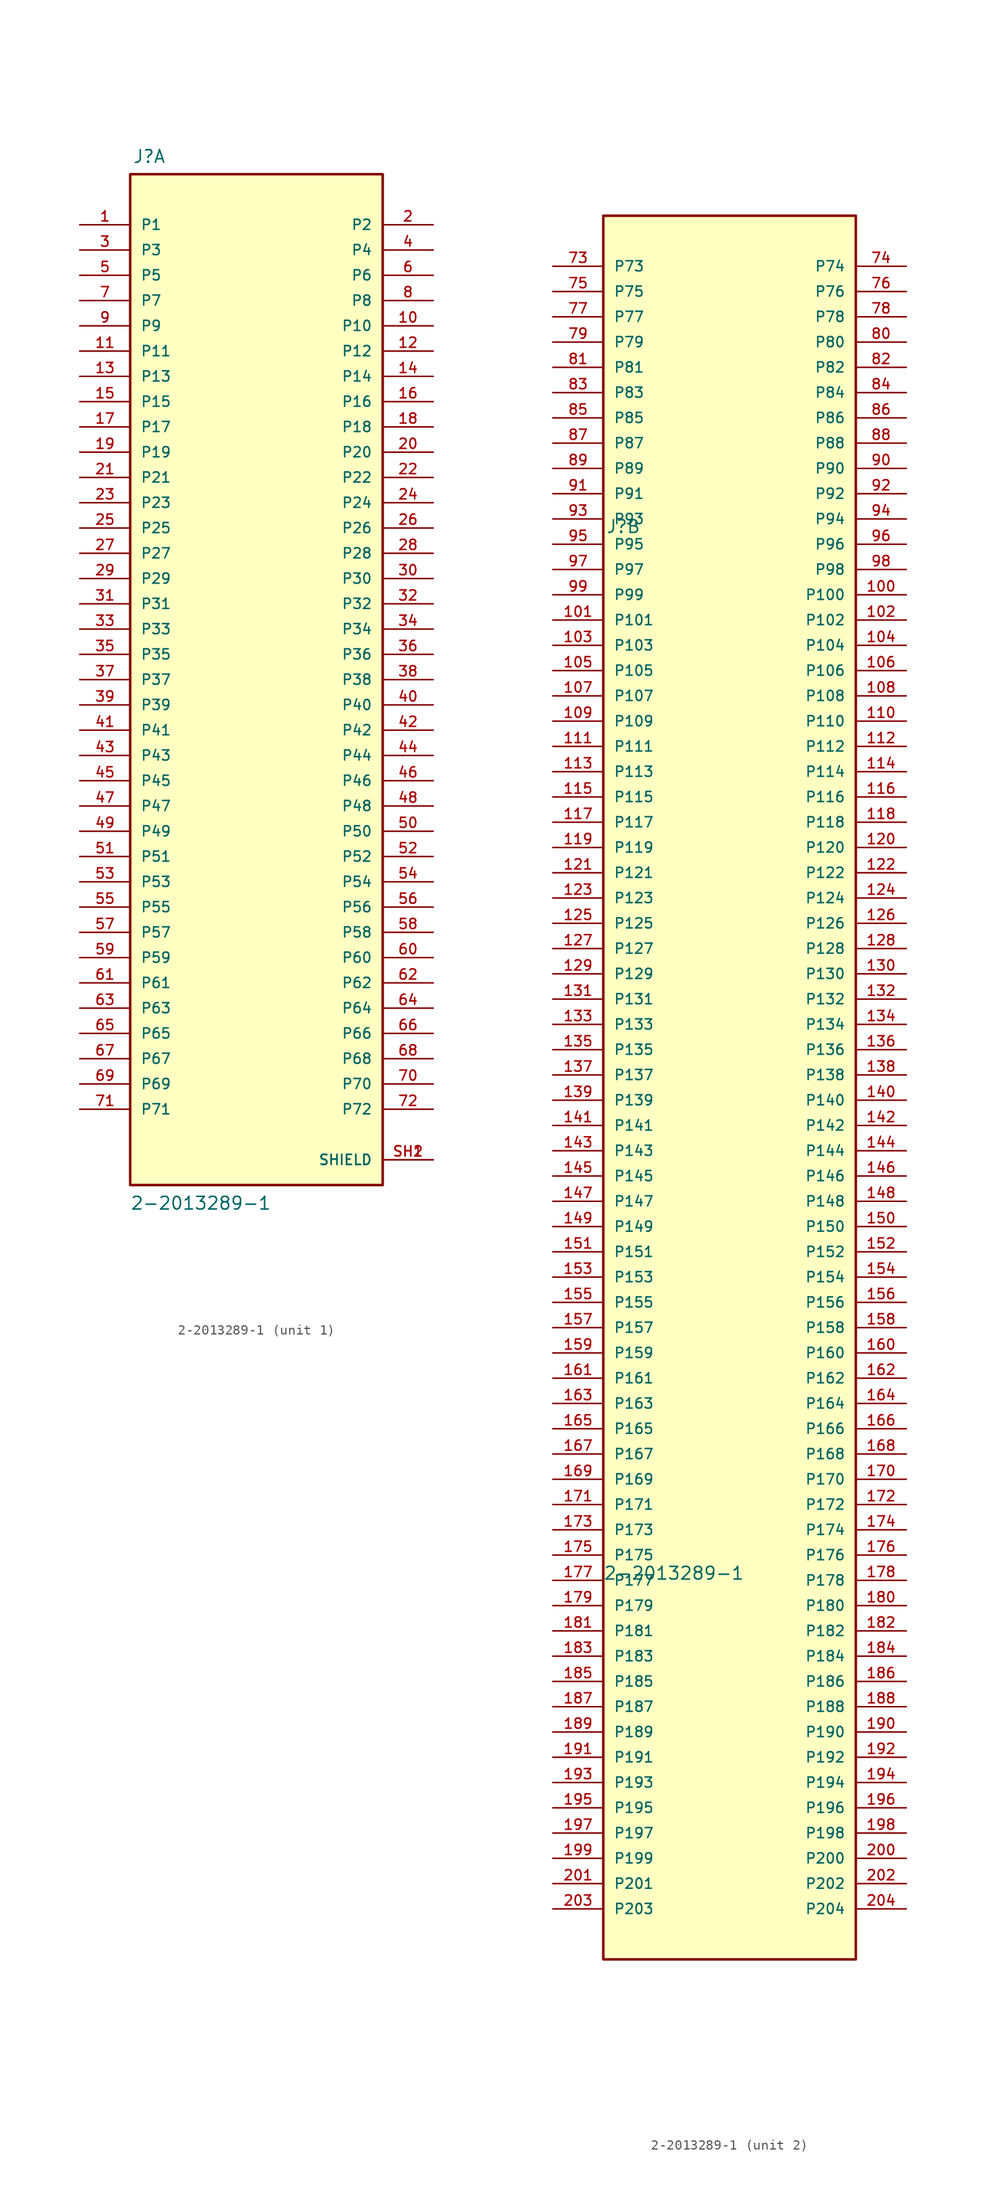
<source format=kicad_sym>
(kicad_symbol_lib
  (version 20211014)
  (generator kicad_symbol_editor)
  (symbol "2-2013289-1"
    (pin_names
      (offset 1.016))
    (property "Reference" "J"
      (at -12.45 51.831 0)
      (effects (font (size 1.27 1.27)) (justify bottom left)))
    (property "Value" "2-2013289-1"
      (at -12.707 -53.37 0)
      (effects (font (size 1.27 1.27)) (justify bottom left)))
    (symbol "2-2013289-1_1_0"
      (rectangle (start -12.7 -50.8) (end 12.7 50.8) (stroke (width 0.254)) (fill (type background)))
      (pin passive line (at -17.78 45.72 0) (length 5.08) (name "P1" (effects (font (size 1.016 1.016)))) (number "1" (effects (font (size 1.016 1.016)))))
      (pin passive line (at 17.78 45.72 180.0) (length 5.08) (name "P2" (effects (font (size 1.016 1.016)))) (number "2" (effects (font (size 1.016 1.016)))))
      (pin passive line (at -17.78 43.18 0) (length 5.08) (name "P3" (effects (font (size 1.016 1.016)))) (number "3" (effects (font (size 1.016 1.016)))))
      (pin passive line (at 17.78 43.18 180.0) (length 5.08) (name "P4" (effects (font (size 1.016 1.016)))) (number "4" (effects (font (size 1.016 1.016)))))
      (pin passive line (at -17.78 40.64 0) (length 5.08) (name "P5" (effects (font (size 1.016 1.016)))) (number "5" (effects (font (size 1.016 1.016)))))
      (pin passive line (at 17.78 40.64 180.0) (length 5.08) (name "P6" (effects (font (size 1.016 1.016)))) (number "6" (effects (font (size 1.016 1.016)))))
      (pin passive line (at -17.78 38.1 0) (length 5.08) (name "P7" (effects (font (size 1.016 1.016)))) (number "7" (effects (font (size 1.016 1.016)))))
      (pin passive line (at 17.78 38.1 180.0) (length 5.08) (name "P8" (effects (font (size 1.016 1.016)))) (number "8" (effects (font (size 1.016 1.016)))))
      (pin passive line (at -17.78 35.56 0) (length 5.08) (name "P9" (effects (font (size 1.016 1.016)))) (number "9" (effects (font (size 1.016 1.016)))))
      (pin passive line (at 17.78 35.56 180.0) (length 5.08) (name "P10" (effects (font (size 1.016 1.016)))) (number "10" (effects (font (size 1.016 1.016)))))
      (pin passive line (at -17.78 33.02 0) (length 5.08) (name "P11" (effects (font (size 1.016 1.016)))) (number "11" (effects (font (size 1.016 1.016)))))
      (pin passive line (at 17.78 33.02 180.0) (length 5.08) (name "P12" (effects (font (size 1.016 1.016)))) (number "12" (effects (font (size 1.016 1.016)))))
      (pin passive line (at -17.78 30.48 0) (length 5.08) (name "P13" (effects (font (size 1.016 1.016)))) (number "13" (effects (font (size 1.016 1.016)))))
      (pin passive line (at 17.78 30.48 180.0) (length 5.08) (name "P14" (effects (font (size 1.016 1.016)))) (number "14" (effects (font (size 1.016 1.016)))))
      (pin passive line (at -17.78 27.94 0) (length 5.08) (name "P15" (effects (font (size 1.016 1.016)))) (number "15" (effects (font (size 1.016 1.016)))))
      (pin passive line (at 17.78 27.94 180.0) (length 5.08) (name "P16" (effects (font (size 1.016 1.016)))) (number "16" (effects (font (size 1.016 1.016)))))
      (pin passive line (at -17.78 25.4 0) (length 5.08) (name "P17" (effects (font (size 1.016 1.016)))) (number "17" (effects (font (size 1.016 1.016)))))
      (pin passive line (at 17.78 25.4 180.0) (length 5.08) (name "P18" (effects (font (size 1.016 1.016)))) (number "18" (effects (font (size 1.016 1.016)))))
      (pin passive line (at -17.78 22.86 0) (length 5.08) (name "P19" (effects (font (size 1.016 1.016)))) (number "19" (effects (font (size 1.016 1.016)))))
      (pin passive line (at 17.78 22.86 180.0) (length 5.08) (name "P20" (effects (font (size 1.016 1.016)))) (number "20" (effects (font (size 1.016 1.016)))))
      (pin passive line (at -17.78 20.32 0) (length 5.08) (name "P21" (effects (font (size 1.016 1.016)))) (number "21" (effects (font (size 1.016 1.016)))))
      (pin passive line (at 17.78 20.32 180.0) (length 5.08) (name "P22" (effects (font (size 1.016 1.016)))) (number "22" (effects (font (size 1.016 1.016)))))
      (pin passive line (at -17.78 17.78 0) (length 5.08) (name "P23" (effects (font (size 1.016 1.016)))) (number "23" (effects (font (size 1.016 1.016)))))
      (pin passive line (at 17.78 17.78 180.0) (length 5.08) (name "P24" (effects (font (size 1.016 1.016)))) (number "24" (effects (font (size 1.016 1.016)))))
      (pin passive line (at -17.78 15.24 0) (length 5.08) (name "P25" (effects (font (size 1.016 1.016)))) (number "25" (effects (font (size 1.016 1.016)))))
      (pin passive line (at 17.78 15.24 180.0) (length 5.08) (name "P26" (effects (font (size 1.016 1.016)))) (number "26" (effects (font (size 1.016 1.016)))))
      (pin passive line (at -17.78 12.7 0) (length 5.08) (name "P27" (effects (font (size 1.016 1.016)))) (number "27" (effects (font (size 1.016 1.016)))))
      (pin passive line (at 17.78 12.7 180.0) (length 5.08) (name "P28" (effects (font (size 1.016 1.016)))) (number "28" (effects (font (size 1.016 1.016)))))
      (pin passive line (at -17.78 10.16 0) (length 5.08) (name "P29" (effects (font (size 1.016 1.016)))) (number "29" (effects (font (size 1.016 1.016)))))
      (pin passive line (at 17.78 10.16 180.0) (length 5.08) (name "P30" (effects (font (size 1.016 1.016)))) (number "30" (effects (font (size 1.016 1.016)))))
      (pin passive line (at -17.78 7.62 0) (length 5.08) (name "P31" (effects (font (size 1.016 1.016)))) (number "31" (effects (font (size 1.016 1.016)))))
      (pin passive line (at 17.78 7.62 180.0) (length 5.08) (name "P32" (effects (font (size 1.016 1.016)))) (number "32" (effects (font (size 1.016 1.016)))))
      (pin passive line (at -17.78 5.08 0) (length 5.08) (name "P33" (effects (font (size 1.016 1.016)))) (number "33" (effects (font (size 1.016 1.016)))))
      (pin passive line (at 17.78 5.08 180.0) (length 5.08) (name "P34" (effects (font (size 1.016 1.016)))) (number "34" (effects (font (size 1.016 1.016)))))
      (pin passive line (at -17.78 2.54 0) (length 5.08) (name "P35" (effects (font (size 1.016 1.016)))) (number "35" (effects (font (size 1.016 1.016)))))
      (pin passive line (at 17.78 2.54 180.0) (length 5.08) (name "P36" (effects (font (size 1.016 1.016)))) (number "36" (effects (font (size 1.016 1.016)))))
      (pin passive line (at -17.78 0.0 0) (length 5.08) (name "P37" (effects (font (size 1.016 1.016)))) (number "37" (effects (font (size 1.016 1.016)))))
      (pin passive line (at 17.78 0.0 180.0) (length 5.08) (name "P38" (effects (font (size 1.016 1.016)))) (number "38" (effects (font (size 1.016 1.016)))))
      (pin passive line (at -17.78 -2.54 0) (length 5.08) (name "P39" (effects (font (size 1.016 1.016)))) (number "39" (effects (font (size 1.016 1.016)))))
      (pin passive line (at 17.78 -2.54 180.0) (length 5.08) (name "P40" (effects (font (size 1.016 1.016)))) (number "40" (effects (font (size 1.016 1.016)))))
      (pin passive line (at -17.78 -5.08 0) (length 5.08) (name "P41" (effects (font (size 1.016 1.016)))) (number "41" (effects (font (size 1.016 1.016)))))
      (pin passive line (at 17.78 -5.08 180.0) (length 5.08) (name "P42" (effects (font (size 1.016 1.016)))) (number "42" (effects (font (size 1.016 1.016)))))
      (pin passive line (at -17.78 -7.62 0) (length 5.08) (name "P43" (effects (font (size 1.016 1.016)))) (number "43" (effects (font (size 1.016 1.016)))))
      (pin passive line (at 17.78 -7.62 180.0) (length 5.08) (name "P44" (effects (font (size 1.016 1.016)))) (number "44" (effects (font (size 1.016 1.016)))))
      (pin passive line (at -17.78 -10.16 0) (length 5.08) (name "P45" (effects (font (size 1.016 1.016)))) (number "45" (effects (font (size 1.016 1.016)))))
      (pin passive line (at 17.78 -10.16 180.0) (length 5.08) (name "P46" (effects (font (size 1.016 1.016)))) (number "46" (effects (font (size 1.016 1.016)))))
      (pin passive line (at -17.78 -12.7 0) (length 5.08) (name "P47" (effects (font (size 1.016 1.016)))) (number "47" (effects (font (size 1.016 1.016)))))
      (pin passive line (at 17.78 -12.7 180.0) (length 5.08) (name "P48" (effects (font (size 1.016 1.016)))) (number "48" (effects (font (size 1.016 1.016)))))
      (pin passive line (at -17.78 -15.24 0) (length 5.08) (name "P49" (effects (font (size 1.016 1.016)))) (number "49" (effects (font (size 1.016 1.016)))))
      (pin passive line (at 17.78 -15.24 180.0) (length 5.08) (name "P50" (effects (font (size 1.016 1.016)))) (number "50" (effects (font (size 1.016 1.016)))))
      (pin passive line (at -17.78 -17.78 0) (length 5.08) (name "P51" (effects (font (size 1.016 1.016)))) (number "51" (effects (font (size 1.016 1.016)))))
      (pin passive line (at 17.78 -17.78 180.0) (length 5.08) (name "P52" (effects (font (size 1.016 1.016)))) (number "52" (effects (font (size 1.016 1.016)))))
      (pin passive line (at -17.78 -20.32 0) (length 5.08) (name "P53" (effects (font (size 1.016 1.016)))) (number "53" (effects (font (size 1.016 1.016)))))
      (pin passive line (at 17.78 -20.32 180.0) (length 5.08) (name "P54" (effects (font (size 1.016 1.016)))) (number "54" (effects (font (size 1.016 1.016)))))
      (pin passive line (at -17.78 -22.86 0) (length 5.08) (name "P55" (effects (font (size 1.016 1.016)))) (number "55" (effects (font (size 1.016 1.016)))))
      (pin passive line (at 17.78 -22.86 180.0) (length 5.08) (name "P56" (effects (font (size 1.016 1.016)))) (number "56" (effects (font (size 1.016 1.016)))))
      (pin passive line (at -17.78 -25.4 0) (length 5.08) (name "P57" (effects (font (size 1.016 1.016)))) (number "57" (effects (font (size 1.016 1.016)))))
      (pin passive line (at 17.78 -25.4 180.0) (length 5.08) (name "P58" (effects (font (size 1.016 1.016)))) (number "58" (effects (font (size 1.016 1.016)))))
      (pin passive line (at -17.78 -27.94 0) (length 5.08) (name "P59" (effects (font (size 1.016 1.016)))) (number "59" (effects (font (size 1.016 1.016)))))
      (pin passive line (at 17.78 -27.94 180.0) (length 5.08) (name "P60" (effects (font (size 1.016 1.016)))) (number "60" (effects (font (size 1.016 1.016)))))
      (pin passive line (at -17.78 -30.48 0) (length 5.08) (name "P61" (effects (font (size 1.016 1.016)))) (number "61" (effects (font (size 1.016 1.016)))))
      (pin passive line (at 17.78 -30.48 180.0) (length 5.08) (name "P62" (effects (font (size 1.016 1.016)))) (number "62" (effects (font (size 1.016 1.016)))))
      (pin passive line (at -17.78 -33.02 0) (length 5.08) (name "P63" (effects (font (size 1.016 1.016)))) (number "63" (effects (font (size 1.016 1.016)))))
      (pin passive line (at 17.78 -33.02 180.0) (length 5.08) (name "P64" (effects (font (size 1.016 1.016)))) (number "64" (effects (font (size 1.016 1.016)))))
      (pin passive line (at -17.78 -35.56 0) (length 5.08) (name "P65" (effects (font (size 1.016 1.016)))) (number "65" (effects (font (size 1.016 1.016)))))
      (pin passive line (at 17.78 -35.56 180.0) (length 5.08) (name "P66" (effects (font (size 1.016 1.016)))) (number "66" (effects (font (size 1.016 1.016)))))
      (pin passive line (at -17.78 -38.1 0) (length 5.08) (name "P67" (effects (font (size 1.016 1.016)))) (number "67" (effects (font (size 1.016 1.016)))))
      (pin passive line (at 17.78 -38.1 180.0) (length 5.08) (name "P68" (effects (font (size 1.016 1.016)))) (number "68" (effects (font (size 1.016 1.016)))))
      (pin passive line (at -17.78 -40.64 0) (length 5.08) (name "P69" (effects (font (size 1.016 1.016)))) (number "69" (effects (font (size 1.016 1.016)))))
      (pin passive line (at 17.78 -40.64 180.0) (length 5.08) (name "P70" (effects (font (size 1.016 1.016)))) (number "70" (effects (font (size 1.016 1.016)))))
      (pin passive line (at -17.78 -43.18 0) (length 5.08) (name "P71" (effects (font (size 1.016 1.016)))) (number "71" (effects (font (size 1.016 1.016)))))
      (pin passive line (at 17.78 -43.18 180.0) (length 5.08) (name "P72" (effects (font (size 1.016 1.016)))) (number "72" (effects (font (size 1.016 1.016)))))
      (pin passive line (at 17.78 -48.26 180.0) (length 5.08) (name "SHIELD" (effects (font (size 1.016 1.016)))) (number "SH1" (effects (font (size 1.016 1.016)))))
      (pin passive line (at 17.78 -48.26 180.0) (length 5.08) (name "SHIELD" (effects (font (size 1.016 1.016)))) (number "SH2" (effects (font (size 1.016 1.016))))))
    (symbol "2-2013289-1_2_0"
      (rectangle (start -12.7 -91.44) (end 12.7 83.82) (stroke (width 0.254)) (fill (type background)))
      (pin passive line (at -17.78 78.74 0) (length 5.08) (name "P73" (effects (font (size 1.016 1.016)))) (number "73" (effects (font (size 1.016 1.016)))))
      (pin passive line (at -17.78 76.2 0) (length 5.08) (name "P75" (effects (font (size 1.016 1.016)))) (number "75" (effects (font (size 1.016 1.016)))))
      (pin passive line (at -17.78 73.66 0) (length 5.08) (name "P77" (effects (font (size 1.016 1.016)))) (number "77" (effects (font (size 1.016 1.016)))))
      (pin passive line (at -17.78 71.12 0) (length 5.08) (name "P79" (effects (font (size 1.016 1.016)))) (number "79" (effects (font (size 1.016 1.016)))))
      (pin passive line (at -17.78 68.58 0) (length 5.08) (name "P81" (effects (font (size 1.016 1.016)))) (number "81" (effects (font (size 1.016 1.016)))))
      (pin passive line (at -17.78 66.04 0) (length 5.08) (name "P83" (effects (font (size 1.016 1.016)))) (number "83" (effects (font (size 1.016 1.016)))))
      (pin passive line (at -17.78 63.5 0) (length 5.08) (name "P85" (effects (font (size 1.016 1.016)))) (number "85" (effects (font (size 1.016 1.016)))))
      (pin passive line (at -17.78 60.96 0) (length 5.08) (name "P87" (effects (font (size 1.016 1.016)))) (number "87" (effects (font (size 1.016 1.016)))))
      (pin passive line (at -17.78 58.42 0) (length 5.08) (name "P89" (effects (font (size 1.016 1.016)))) (number "89" (effects (font (size 1.016 1.016)))))
      (pin passive line (at -17.78 55.88 0) (length 5.08) (name "P91" (effects (font (size 1.016 1.016)))) (number "91" (effects (font (size 1.016 1.016)))))
      (pin passive line (at -17.78 53.34 0) (length 5.08) (name "P93" (effects (font (size 1.016 1.016)))) (number "93" (effects (font (size 1.016 1.016)))))
      (pin passive line (at -17.78 50.8 0) (length 5.08) (name "P95" (effects (font (size 1.016 1.016)))) (number "95" (effects (font (size 1.016 1.016)))))
      (pin passive line (at -17.78 48.26 0) (length 5.08) (name "P97" (effects (font (size 1.016 1.016)))) (number "97" (effects (font (size 1.016 1.016)))))
      (pin passive line (at -17.78 45.72 0) (length 5.08) (name "P99" (effects (font (size 1.016 1.016)))) (number "99" (effects (font (size 1.016 1.016)))))
      (pin passive line (at -17.78 43.18 0) (length 5.08) (name "P101" (effects (font (size 1.016 1.016)))) (number "101" (effects (font (size 1.016 1.016)))))
      (pin passive line (at -17.78 40.64 0) (length 5.08) (name "P103" (effects (font (size 1.016 1.016)))) (number "103" (effects (font (size 1.016 1.016)))))
      (pin passive line (at -17.78 38.1 0) (length 5.08) (name "P105" (effects (font (size 1.016 1.016)))) (number "105" (effects (font (size 1.016 1.016)))))
      (pin passive line (at -17.78 35.56 0) (length 5.08) (name "P107" (effects (font (size 1.016 1.016)))) (number "107" (effects (font (size 1.016 1.016)))))
      (pin passive line (at -17.78 33.02 0) (length 5.08) (name "P109" (effects (font (size 1.016 1.016)))) (number "109" (effects (font (size 1.016 1.016)))))
      (pin passive line (at -17.78 30.48 0) (length 5.08) (name "P111" (effects (font (size 1.016 1.016)))) (number "111" (effects (font (size 1.016 1.016)))))
      (pin passive line (at -17.78 27.94 0) (length 5.08) (name "P113" (effects (font (size 1.016 1.016)))) (number "113" (effects (font (size 1.016 1.016)))))
      (pin passive line (at -17.78 25.4 0) (length 5.08) (name "P115" (effects (font (size 1.016 1.016)))) (number "115" (effects (font (size 1.016 1.016)))))
      (pin passive line (at -17.78 22.86 0) (length 5.08) (name "P117" (effects (font (size 1.016 1.016)))) (number "117" (effects (font (size 1.016 1.016)))))
      (pin passive line (at -17.78 20.32 0) (length 5.08) (name "P119" (effects (font (size 1.016 1.016)))) (number "119" (effects (font (size 1.016 1.016)))))
      (pin passive line (at -17.78 17.78 0) (length 5.08) (name "P121" (effects (font (size 1.016 1.016)))) (number "121" (effects (font (size 1.016 1.016)))))
      (pin passive line (at -17.78 15.24 0) (length 5.08) (name "P123" (effects (font (size 1.016 1.016)))) (number "123" (effects (font (size 1.016 1.016)))))
      (pin passive line (at -17.78 12.7 0) (length 5.08) (name "P125" (effects (font (size 1.016 1.016)))) (number "125" (effects (font (size 1.016 1.016)))))
      (pin passive line (at -17.78 10.16 0) (length 5.08) (name "P127" (effects (font (size 1.016 1.016)))) (number "127" (effects (font (size 1.016 1.016)))))
      (pin passive line (at -17.78 7.62 0) (length 5.08) (name "P129" (effects (font (size 1.016 1.016)))) (number "129" (effects (font (size 1.016 1.016)))))
      (pin passive line (at -17.78 5.08 0) (length 5.08) (name "P131" (effects (font (size 1.016 1.016)))) (number "131" (effects (font (size 1.016 1.016)))))
      (pin passive line (at -17.78 2.54 0) (length 5.08) (name "P133" (effects (font (size 1.016 1.016)))) (number "133" (effects (font (size 1.016 1.016)))))
      (pin passive line (at -17.78 0.0 0) (length 5.08) (name "P135" (effects (font (size 1.016 1.016)))) (number "135" (effects (font (size 1.016 1.016)))))
      (pin passive line (at -17.78 -2.54 0) (length 5.08) (name "P137" (effects (font (size 1.016 1.016)))) (number "137" (effects (font (size 1.016 1.016)))))
      (pin passive line (at -17.78 -5.08 0) (length 5.08) (name "P139" (effects (font (size 1.016 1.016)))) (number "139" (effects (font (size 1.016 1.016)))))
      (pin passive line (at -17.78 -7.62 0) (length 5.08) (name "P141" (effects (font (size 1.016 1.016)))) (number "141" (effects (font (size 1.016 1.016)))))
      (pin passive line (at -17.78 -10.16 0) (length 5.08) (name "P143" (effects (font (size 1.016 1.016)))) (number "143" (effects (font (size 1.016 1.016)))))
      (pin passive line (at -17.78 -12.7 0) (length 5.08) (name "P145" (effects (font (size 1.016 1.016)))) (number "145" (effects (font (size 1.016 1.016)))))
      (pin passive line (at -17.78 -15.24 0) (length 5.08) (name "P147" (effects (font (size 1.016 1.016)))) (number "147" (effects (font (size 1.016 1.016)))))
      (pin passive line (at -17.78 -17.78 0) (length 5.08) (name "P149" (effects (font (size 1.016 1.016)))) (number "149" (effects (font (size 1.016 1.016)))))
      (pin passive line (at -17.78 -20.32 0) (length 5.08) (name "P151" (effects (font (size 1.016 1.016)))) (number "151" (effects (font (size 1.016 1.016)))))
      (pin passive line (at -17.78 -22.86 0) (length 5.08) (name "P153" (effects (font (size 1.016 1.016)))) (number "153" (effects (font (size 1.016 1.016)))))
      (pin passive line (at -17.78 -25.4 0) (length 5.08) (name "P155" (effects (font (size 1.016 1.016)))) (number "155" (effects (font (size 1.016 1.016)))))
      (pin passive line (at -17.78 -27.94 0) (length 5.08) (name "P157" (effects (font (size 1.016 1.016)))) (number "157" (effects (font (size 1.016 1.016)))))
      (pin passive line (at -17.78 -30.48 0) (length 5.08) (name "P159" (effects (font (size 1.016 1.016)))) (number "159" (effects (font (size 1.016 1.016)))))
      (pin passive line (at -17.78 -33.02 0) (length 5.08) (name "P161" (effects (font (size 1.016 1.016)))) (number "161" (effects (font (size 1.016 1.016)))))
      (pin passive line (at -17.78 -35.56 0) (length 5.08) (name "P163" (effects (font (size 1.016 1.016)))) (number "163" (effects (font (size 1.016 1.016)))))
      (pin passive line (at -17.78 -38.1 0) (length 5.08) (name "P165" (effects (font (size 1.016 1.016)))) (number "165" (effects (font (size 1.016 1.016)))))
      (pin passive line (at -17.78 -40.64 0) (length 5.08) (name "P167" (effects (font (size 1.016 1.016)))) (number "167" (effects (font (size 1.016 1.016)))))
      (pin passive line (at -17.78 -43.18 0) (length 5.08) (name "P169" (effects (font (size 1.016 1.016)))) (number "169" (effects (font (size 1.016 1.016)))))
      (pin passive line (at -17.78 -45.72 0) (length 5.08) (name "P171" (effects (font (size 1.016 1.016)))) (number "171" (effects (font (size 1.016 1.016)))))
      (pin passive line (at -17.78 -48.26 0) (length 5.08) (name "P173" (effects (font (size 1.016 1.016)))) (number "173" (effects (font (size 1.016 1.016)))))
      (pin passive line (at -17.78 -50.8 0) (length 5.08) (name "P175" (effects (font (size 1.016 1.016)))) (number "175" (effects (font (size 1.016 1.016)))))
      (pin passive line (at -17.78 -53.34 0) (length 5.08) (name "P177" (effects (font (size 1.016 1.016)))) (number "177" (effects (font (size 1.016 1.016)))))
      (pin passive line (at -17.78 -55.88 0) (length 5.08) (name "P179" (effects (font (size 1.016 1.016)))) (number "179" (effects (font (size 1.016 1.016)))))
      (pin passive line (at -17.78 -58.42 0) (length 5.08) (name "P181" (effects (font (size 1.016 1.016)))) (number "181" (effects (font (size 1.016 1.016)))))
      (pin passive line (at -17.78 -60.96 0) (length 5.08) (name "P183" (effects (font (size 1.016 1.016)))) (number "183" (effects (font (size 1.016 1.016)))))
      (pin passive line (at -17.78 -63.5 0) (length 5.08) (name "P185" (effects (font (size 1.016 1.016)))) (number "185" (effects (font (size 1.016 1.016)))))
      (pin passive line (at -17.78 -66.04 0) (length 5.08) (name "P187" (effects (font (size 1.016 1.016)))) (number "187" (effects (font (size 1.016 1.016)))))
      (pin passive line (at -17.78 -68.58 0) (length 5.08) (name "P189" (effects (font (size 1.016 1.016)))) (number "189" (effects (font (size 1.016 1.016)))))
      (pin passive line (at -17.78 -71.12 0) (length 5.08) (name "P191" (effects (font (size 1.016 1.016)))) (number "191" (effects (font (size 1.016 1.016)))))
      (pin passive line (at -17.78 -73.66 0) (length 5.08) (name "P193" (effects (font (size 1.016 1.016)))) (number "193" (effects (font (size 1.016 1.016)))))
      (pin passive line (at -17.78 -76.2 0) (length 5.08) (name "P195" (effects (font (size 1.016 1.016)))) (number "195" (effects (font (size 1.016 1.016)))))
      (pin passive line (at -17.78 -78.74 0) (length 5.08) (name "P197" (effects (font (size 1.016 1.016)))) (number "197" (effects (font (size 1.016 1.016)))))
      (pin passive line (at -17.78 -81.28 0) (length 5.08) (name "P199" (effects (font (size 1.016 1.016)))) (number "199" (effects (font (size 1.016 1.016)))))
      (pin passive line (at -17.78 -83.82 0) (length 5.08) (name "P201" (effects (font (size 1.016 1.016)))) (number "201" (effects (font (size 1.016 1.016)))))
      (pin passive line (at -17.78 -86.36 0) (length 5.08) (name "P203" (effects (font (size 1.016 1.016)))) (number "203" (effects (font (size 1.016 1.016)))))
      (pin passive line (at 17.78 -86.36 180.0) (length 5.08) (name "P204" (effects (font (size 1.016 1.016)))) (number "204" (effects (font (size 1.016 1.016)))))
      (pin passive line (at 17.78 -83.82 180.0) (length 5.08) (name "P202" (effects (font (size 1.016 1.016)))) (number "202" (effects (font (size 1.016 1.016)))))
      (pin passive line (at 17.78 -81.28 180.0) (length 5.08) (name "P200" (effects (font (size 1.016 1.016)))) (number "200" (effects (font (size 1.016 1.016)))))
      (pin passive line (at 17.78 -78.74 180.0) (length 5.08) (name "P198" (effects (font (size 1.016 1.016)))) (number "198" (effects (font (size 1.016 1.016)))))
      (pin passive line (at 17.78 -76.2 180.0) (length 5.08) (name "P196" (effects (font (size 1.016 1.016)))) (number "196" (effects (font (size 1.016 1.016)))))
      (pin passive line (at 17.78 -73.66 180.0) (length 5.08) (name "P194" (effects (font (size 1.016 1.016)))) (number "194" (effects (font (size 1.016 1.016)))))
      (pin passive line (at 17.78 -71.12 180.0) (length 5.08) (name "P192" (effects (font (size 1.016 1.016)))) (number "192" (effects (font (size 1.016 1.016)))))
      (pin passive line (at 17.78 -68.58 180.0) (length 5.08) (name "P190" (effects (font (size 1.016 1.016)))) (number "190" (effects (font (size 1.016 1.016)))))
      (pin passive line (at 17.78 -66.04 180.0) (length 5.08) (name "P188" (effects (font (size 1.016 1.016)))) (number "188" (effects (font (size 1.016 1.016)))))
      (pin passive line (at 17.78 -63.5 180.0) (length 5.08) (name "P186" (effects (font (size 1.016 1.016)))) (number "186" (effects (font (size 1.016 1.016)))))
      (pin passive line (at 17.78 -60.96 180.0) (length 5.08) (name "P184" (effects (font (size 1.016 1.016)))) (number "184" (effects (font (size 1.016 1.016)))))
      (pin passive line (at 17.78 -58.42 180.0) (length 5.08) (name "P182" (effects (font (size 1.016 1.016)))) (number "182" (effects (font (size 1.016 1.016)))))
      (pin passive line (at 17.78 -55.88 180.0) (length 5.08) (name "P180" (effects (font (size 1.016 1.016)))) (number "180" (effects (font (size 1.016 1.016)))))
      (pin passive line (at 17.78 -53.34 180.0) (length 5.08) (name "P178" (effects (font (size 1.016 1.016)))) (number "178" (effects (font (size 1.016 1.016)))))
      (pin passive line (at 17.78 -50.8 180.0) (length 5.08) (name "P176" (effects (font (size 1.016 1.016)))) (number "176" (effects (font (size 1.016 1.016)))))
      (pin passive line (at 17.78 -48.26 180.0) (length 5.08) (name "P174" (effects (font (size 1.016 1.016)))) (number "174" (effects (font (size 1.016 1.016)))))
      (pin passive line (at 17.78 -45.72 180.0) (length 5.08) (name "P172" (effects (font (size 1.016 1.016)))) (number "172" (effects (font (size 1.016 1.016)))))
      (pin passive line (at 17.78 -43.18 180.0) (length 5.08) (name "P170" (effects (font (size 1.016 1.016)))) (number "170" (effects (font (size 1.016 1.016)))))
      (pin passive line (at 17.78 -40.64 180.0) (length 5.08) (name "P168" (effects (font (size 1.016 1.016)))) (number "168" (effects (font (size 1.016 1.016)))))
      (pin passive line (at 17.78 -38.1 180.0) (length 5.08) (name "P166" (effects (font (size 1.016 1.016)))) (number "166" (effects (font (size 1.016 1.016)))))
      (pin passive line (at 17.78 -35.56 180.0) (length 5.08) (name "P164" (effects (font (size 1.016 1.016)))) (number "164" (effects (font (size 1.016 1.016)))))
      (pin passive line (at 17.78 -33.02 180.0) (length 5.08) (name "P162" (effects (font (size 1.016 1.016)))) (number "162" (effects (font (size 1.016 1.016)))))
      (pin passive line (at 17.78 -30.48 180.0) (length 5.08) (name "P160" (effects (font (size 1.016 1.016)))) (number "160" (effects (font (size 1.016 1.016)))))
      (pin passive line (at 17.78 -27.94 180.0) (length 5.08) (name "P158" (effects (font (size 1.016 1.016)))) (number "158" (effects (font (size 1.016 1.016)))))
      (pin passive line (at 17.78 -25.4 180.0) (length 5.08) (name "P156" (effects (font (size 1.016 1.016)))) (number "156" (effects (font (size 1.016 1.016)))))
      (pin passive line (at 17.78 -22.86 180.0) (length 5.08) (name "P154" (effects (font (size 1.016 1.016)))) (number "154" (effects (font (size 1.016 1.016)))))
      (pin passive line (at 17.78 -20.32 180.0) (length 5.08) (name "P152" (effects (font (size 1.016 1.016)))) (number "152" (effects (font (size 1.016 1.016)))))
      (pin passive line (at 17.78 -17.78 180.0) (length 5.08) (name "P150" (effects (font (size 1.016 1.016)))) (number "150" (effects (font (size 1.016 1.016)))))
      (pin passive line (at 17.78 -15.24 180.0) (length 5.08) (name "P148" (effects (font (size 1.016 1.016)))) (number "148" (effects (font (size 1.016 1.016)))))
      (pin passive line (at 17.78 -12.7 180.0) (length 5.08) (name "P146" (effects (font (size 1.016 1.016)))) (number "146" (effects (font (size 1.016 1.016)))))
      (pin passive line (at 17.78 -10.16 180.0) (length 5.08) (name "P144" (effects (font (size 1.016 1.016)))) (number "144" (effects (font (size 1.016 1.016)))))
      (pin passive line (at 17.78 -7.62 180.0) (length 5.08) (name "P142" (effects (font (size 1.016 1.016)))) (number "142" (effects (font (size 1.016 1.016)))))
      (pin passive line (at 17.78 -5.08 180.0) (length 5.08) (name "P140" (effects (font (size 1.016 1.016)))) (number "140" (effects (font (size 1.016 1.016)))))
      (pin passive line (at 17.78 -2.54 180.0) (length 5.08) (name "P138" (effects (font (size 1.016 1.016)))) (number "138" (effects (font (size 1.016 1.016)))))
      (pin passive line (at 17.78 0.0 180.0) (length 5.08) (name "P136" (effects (font (size 1.016 1.016)))) (number "136" (effects (font (size 1.016 1.016)))))
      (pin passive line (at 17.78 2.54 180.0) (length 5.08) (name "P134" (effects (font (size 1.016 1.016)))) (number "134" (effects (font (size 1.016 1.016)))))
      (pin passive line (at 17.78 5.08 180.0) (length 5.08) (name "P132" (effects (font (size 1.016 1.016)))) (number "132" (effects (font (size 1.016 1.016)))))
      (pin passive line (at 17.78 7.62 180.0) (length 5.08) (name "P130" (effects (font (size 1.016 1.016)))) (number "130" (effects (font (size 1.016 1.016)))))
      (pin passive line (at 17.78 10.16 180.0) (length 5.08) (name "P128" (effects (font (size 1.016 1.016)))) (number "128" (effects (font (size 1.016 1.016)))))
      (pin passive line (at 17.78 12.7 180.0) (length 5.08) (name "P126" (effects (font (size 1.016 1.016)))) (number "126" (effects (font (size 1.016 1.016)))))
      (pin passive line (at 17.78 15.24 180.0) (length 5.08) (name "P124" (effects (font (size 1.016 1.016)))) (number "124" (effects (font (size 1.016 1.016)))))
      (pin passive line (at 17.78 17.78 180.0) (length 5.08) (name "P122" (effects (font (size 1.016 1.016)))) (number "122" (effects (font (size 1.016 1.016)))))
      (pin passive line (at 17.78 20.32 180.0) (length 5.08) (name "P120" (effects (font (size 1.016 1.016)))) (number "120" (effects (font (size 1.016 1.016)))))
      (pin passive line (at 17.78 22.86 180.0) (length 5.08) (name "P118" (effects (font (size 1.016 1.016)))) (number "118" (effects (font (size 1.016 1.016)))))
      (pin passive line (at 17.78 25.4 180.0) (length 5.08) (name "P116" (effects (font (size 1.016 1.016)))) (number "116" (effects (font (size 1.016 1.016)))))
      (pin passive line (at 17.78 27.94 180.0) (length 5.08) (name "P114" (effects (font (size 1.016 1.016)))) (number "114" (effects (font (size 1.016 1.016)))))
      (pin passive line (at 17.78 30.48 180.0) (length 5.08) (name "P112" (effects (font (size 1.016 1.016)))) (number "112" (effects (font (size 1.016 1.016)))))
      (pin passive line (at 17.78 33.02 180.0) (length 5.08) (name "P110" (effects (font (size 1.016 1.016)))) (number "110" (effects (font (size 1.016 1.016)))))
      (pin passive line (at 17.78 35.56 180.0) (length 5.08) (name "P108" (effects (font (size 1.016 1.016)))) (number "108" (effects (font (size 1.016 1.016)))))
      (pin passive line (at 17.78 38.1 180.0) (length 5.08) (name "P106" (effects (font (size 1.016 1.016)))) (number "106" (effects (font (size 1.016 1.016)))))
      (pin passive line (at 17.78 40.64 180.0) (length 5.08) (name "P104" (effects (font (size 1.016 1.016)))) (number "104" (effects (font (size 1.016 1.016)))))
      (pin passive line (at 17.78 43.18 180.0) (length 5.08) (name "P102" (effects (font (size 1.016 1.016)))) (number "102" (effects (font (size 1.016 1.016)))))
      (pin passive line (at 17.78 45.72 180.0) (length 5.08) (name "P100" (effects (font (size 1.016 1.016)))) (number "100" (effects (font (size 1.016 1.016)))))
      (pin passive line (at 17.78 48.26 180.0) (length 5.08) (name "P98" (effects (font (size 1.016 1.016)))) (number "98" (effects (font (size 1.016 1.016)))))
      (pin passive line (at 17.78 50.8 180.0) (length 5.08) (name "P96" (effects (font (size 1.016 1.016)))) (number "96" (effects (font (size 1.016 1.016)))))
      (pin passive line (at 17.78 53.34 180.0) (length 5.08) (name "P94" (effects (font (size 1.016 1.016)))) (number "94" (effects (font (size 1.016 1.016)))))
      (pin passive line (at 17.78 55.88 180.0) (length 5.08) (name "P92" (effects (font (size 1.016 1.016)))) (number "92" (effects (font (size 1.016 1.016)))))
      (pin passive line (at 17.78 58.42 180.0) (length 5.08) (name "P90" (effects (font (size 1.016 1.016)))) (number "90" (effects (font (size 1.016 1.016)))))
      (pin passive line (at 17.78 60.96 180.0) (length 5.08) (name "P88" (effects (font (size 1.016 1.016)))) (number "88" (effects (font (size 1.016 1.016)))))
      (pin passive line (at 17.78 63.5 180.0) (length 5.08) (name "P86" (effects (font (size 1.016 1.016)))) (number "86" (effects (font (size 1.016 1.016)))))
      (pin passive line (at 17.78 66.04 180.0) (length 5.08) (name "P84" (effects (font (size 1.016 1.016)))) (number "84" (effects (font (size 1.016 1.016)))))
      (pin passive line (at 17.78 68.58 180.0) (length 5.08) (name "P82" (effects (font (size 1.016 1.016)))) (number "82" (effects (font (size 1.016 1.016)))))
      (pin passive line (at 17.78 71.12 180.0) (length 5.08) (name "P80" (effects (font (size 1.016 1.016)))) (number "80" (effects (font (size 1.016 1.016)))))
      (pin passive line (at 17.78 73.66 180.0) (length 5.08) (name "P78" (effects (font (size 1.016 1.016)))) (number "78" (effects (font (size 1.016 1.016)))))
      (pin passive line (at 17.78 76.2 180.0) (length 5.08) (name "P76" (effects (font (size 1.016 1.016)))) (number "76" (effects (font (size 1.016 1.016)))))
      (pin passive line (at 17.78 78.74 180.0) (length 5.08) (name "P74" (effects (font (size 1.016 1.016)))) (number "74" (effects (font (size 1.016 1.016))))))))
</source>
